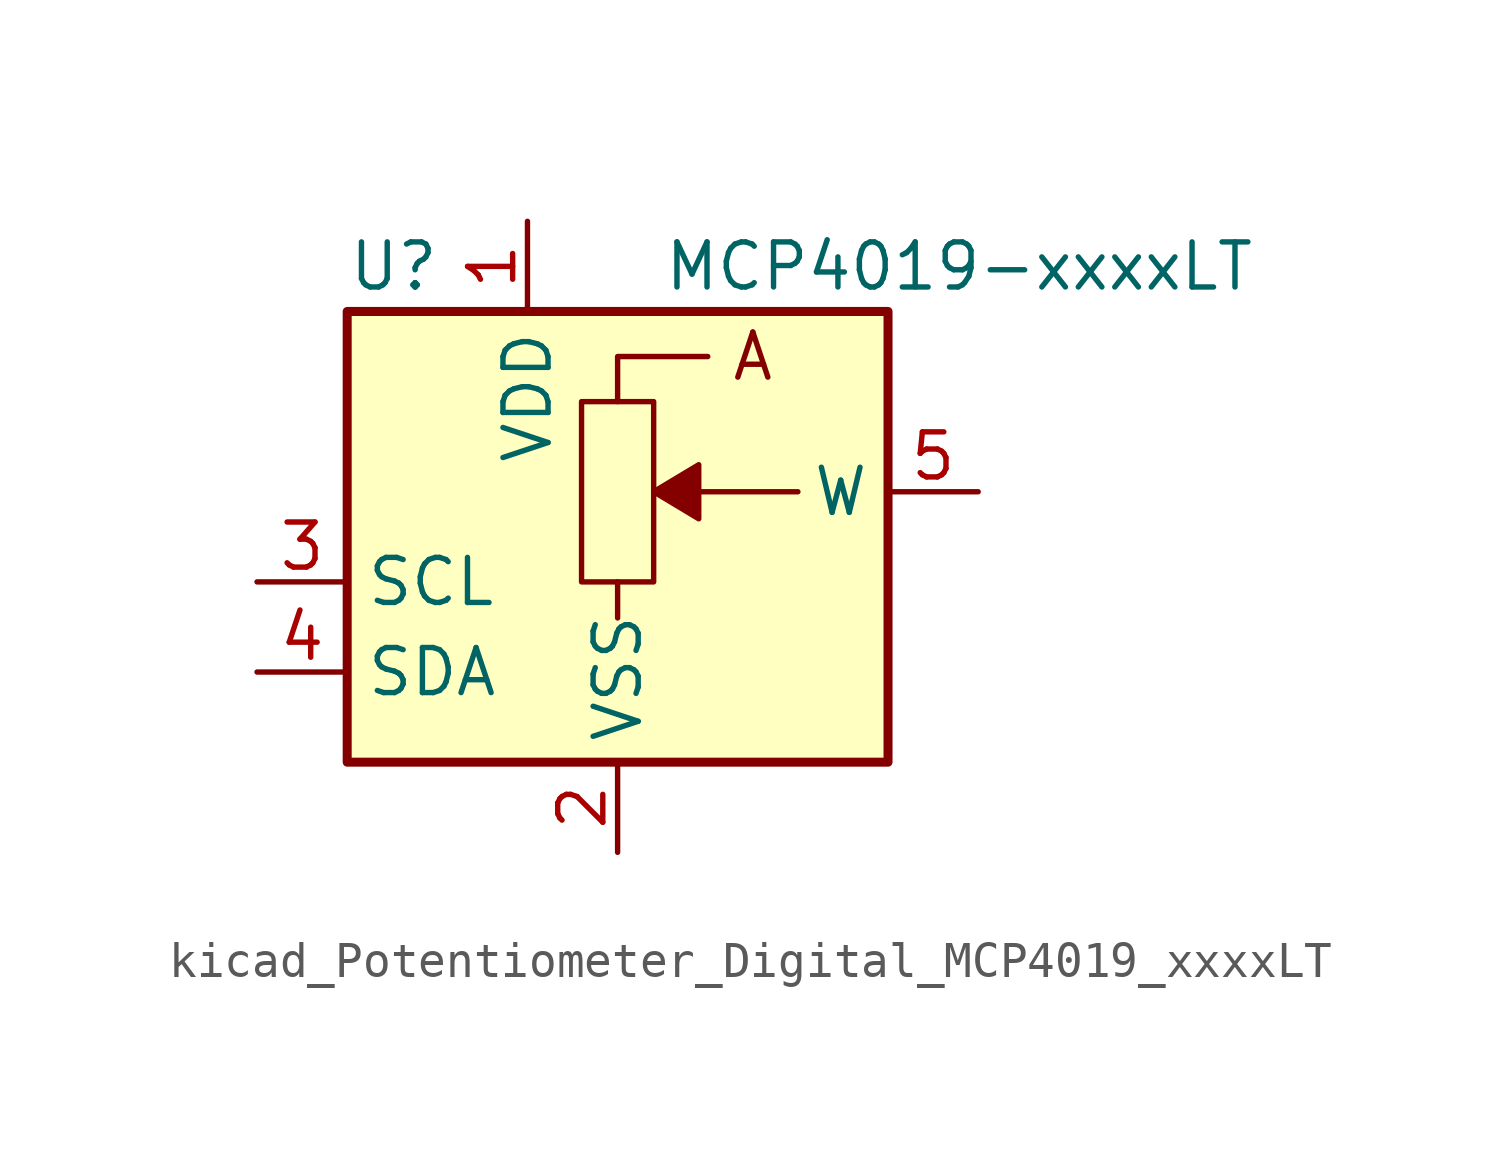
<source format=kicad_sym>
(kicad_symbol_lib
  (version 20220914)
  (generator kicad_symbol_editor)
  (symbol "kicad_Potentiometer_Digital_MCP4019_xxxxLT"
    (property "Reference" "U"
      (at -7.62 8.89 0)
      (effects (font (size 1.27 1.27)) (justify left)))
    (property "Value" "MCP4019-xxxxLT"
      (at 1.27 8.89 0)
      (effects (font (size 1.27 1.27)) (justify left)))
    (symbol "kicad_Potentiometer_Digital_MCP4019_xxxxLT_0_0"
      (polyline (pts (xy 0 5.08) (xy 0 6.35) (xy 2.54 6.35)) (stroke (width 0) (type default)) (fill (type none)))
      (text "A" (at 3.81 6.35 0) (effects (font (size 1.27 1.27)))))
    (symbol "kicad_Potentiometer_Digital_MCP4019_xxxxLT_0_1"
      (polyline (pts (xy 0 0) (xy 0 -1.016)) (stroke (width 0) (type default)) (fill (type none))))
    (symbol "kicad_Potentiometer_Digital_MCP4019_xxxxLT_1_1"
      (rectangle (start -7.62 7.62) (end 7.62 -5.08) (stroke (width 0.254) (type default)) (fill (type background)))
      (polyline (pts (xy 5.08 2.54) (xy 2.286 2.54)) (stroke (width 0) (type default)) (fill (type none)))
      (polyline (pts (xy 2.286 1.778) (xy 2.286 3.302) (xy 1.016 2.54) (xy 2.286 1.778)) (stroke (width 0) (type default)) (fill (type outline)))
      (rectangle (start 1.016 0) (end -1.016 5.08) (stroke (width 0) (type default)) (fill (type none)))
      (pin power_in line (at -2.54 10.16 270) (length 2.54) (name "VDD" (effects (font (size 1.27 1.27)))) (number "1" (effects (font (size 1.27 1.27)))))
      (pin power_in line (at 0 -7.62 90) (length 2.54) (name "VSS" (effects (font (size 1.27 1.27)))) (number "2" (effects (font (size 1.27 1.27)))))
      (pin input line (at -10.16 0 0) (length 2.54) (name "SCL" (effects (font (size 1.27 1.27)))) (number "3" (effects (font (size 1.27 1.27)))))
      (pin bidirectional line (at -10.16 -2.54 0) (length 2.54) (name "SDA" (effects (font (size 1.27 1.27)))) (number "4" (effects (font (size 1.27 1.27)))))
      (pin passive line (at 10.16 2.54 180) (length 2.54) (name "W" (effects (font (size 1.27 1.27)))) (number "5" (effects (font (size 1.27 1.27))))))))
</source>
